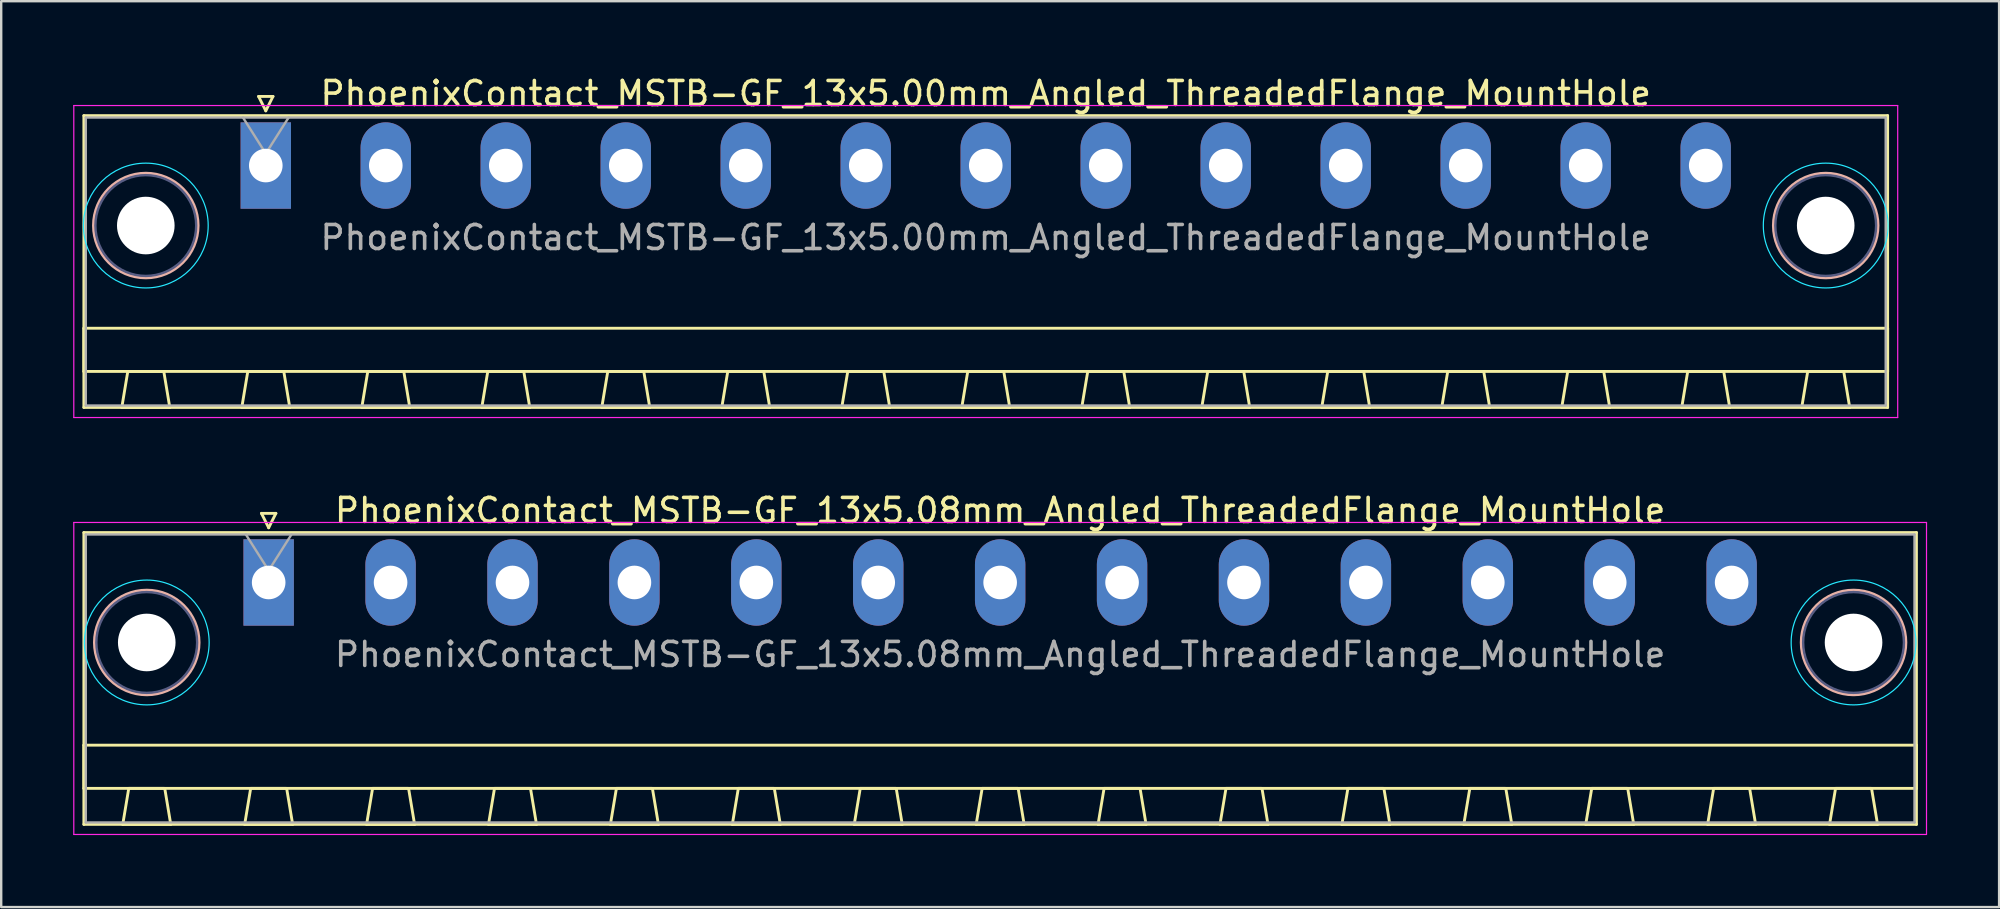
<source format=kicad_pcb>
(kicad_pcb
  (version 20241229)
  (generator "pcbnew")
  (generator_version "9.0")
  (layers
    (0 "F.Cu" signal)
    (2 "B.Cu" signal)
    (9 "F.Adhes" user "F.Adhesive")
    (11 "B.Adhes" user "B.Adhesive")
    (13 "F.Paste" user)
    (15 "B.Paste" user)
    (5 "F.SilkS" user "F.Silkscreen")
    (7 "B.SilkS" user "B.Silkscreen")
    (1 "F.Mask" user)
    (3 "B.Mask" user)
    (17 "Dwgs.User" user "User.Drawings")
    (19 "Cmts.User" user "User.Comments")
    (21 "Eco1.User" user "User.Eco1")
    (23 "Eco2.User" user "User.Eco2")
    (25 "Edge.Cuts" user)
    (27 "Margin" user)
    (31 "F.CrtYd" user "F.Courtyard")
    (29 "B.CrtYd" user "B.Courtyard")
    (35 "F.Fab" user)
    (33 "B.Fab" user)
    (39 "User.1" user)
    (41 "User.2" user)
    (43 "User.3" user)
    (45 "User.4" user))
  (footprint "PhoenixContact_MSTB-GF_13x5.00mm_Angled_ThreadedFlange_MountHole"
    (layer "F.Cu")
    (at 8.025 3.848)
    (property "Reference" "PhoenixContact_MSTB-GF_13x5.00mm_Angled_ThreadedFlange_MountHole" (at 30 -3 0) (layer "F.SilkS") (effects (font (size 1 1) (thickness 0.15))))
    (attr through_hole)
    (fp_line (start -7.58 -2.08) (end -7.58 10.08) (stroke (width 0.12) (type solid)) (layer "F.SilkS"))
    (fp_line (start -7.58 6.78) (end 67.58 6.78) (stroke (width 0.12) (type solid)) (layer "F.SilkS"))
    (fp_line (start -7.58 8.58) (end -7.58 6.78) (stroke (width 0.12) (type solid)) (layer "F.SilkS"))
    (fp_line (start -7.58 10.08) (end 67.58 10.08) (stroke (width 0.12) (type solid)) (layer "F.SilkS"))
    (fp_line (start -6 10.08) (end -4 10.08) (stroke (width 0.12) (type solid)) (layer "F.SilkS"))
    (fp_line (start -5.75 8.58) (end -6 10.08) (stroke (width 0.12) (type solid)) (layer "F.SilkS"))
    (fp_line (start -4.25 8.58) (end -5.75 8.58) (stroke (width 0.12) (type solid)) (layer "F.SilkS"))
    (fp_line (start -4 10.08) (end -4.25 8.58) (stroke (width 0.12) (type solid)) (layer "F.SilkS"))
    (fp_line (start -1 10.08) (end 1 10.08) (stroke (width 0.12) (type solid)) (layer "F.SilkS"))
    (fp_line (start -0.75 8.58) (end -1 10.08) (stroke (width 0.12) (type solid)) (layer "F.SilkS"))
    (fp_line (start -0.3 -2.88) (end 0.3 -2.88) (stroke (width 0.12) (type solid)) (layer "F.SilkS"))
    (fp_line (start 0 -2.28) (end -0.3 -2.88) (stroke (width 0.12) (type solid)) (layer "F.SilkS"))
    (fp_line (start 0.3 -2.88) (end 0 -2.28) (stroke (width 0.12) (type solid)) (layer "F.SilkS"))
    (fp_line (start 0.75 8.58) (end -0.75 8.58) (stroke (width 0.12) (type solid)) (layer "F.SilkS"))
    (fp_line (start 1 10.08) (end 0.75 8.58) (stroke (width 0.12) (type solid)) (layer "F.SilkS"))
    (fp_line (start 4 10.08) (end 6 10.08) (stroke (width 0.12) (type solid)) (layer "F.SilkS"))
    (fp_line (start 4.25 8.58) (end 4 10.08) (stroke (width 0.12) (type solid)) (layer "F.SilkS"))
    (fp_line (start 5.75 8.58) (end 4.25 8.58) (stroke (width 0.12) (type solid)) (layer "F.SilkS"))
    (fp_line (start 6 10.08) (end 5.75 8.58) (stroke (width 0.12) (type solid)) (layer "F.SilkS"))
    (fp_line (start 9 10.08) (end 11 10.08) (stroke (width 0.12) (type solid)) (layer "F.SilkS"))
    (fp_line (start 9.25 8.58) (end 9 10.08) (stroke (width 0.12) (type solid)) (layer "F.SilkS"))
    (fp_line (start 10.75 8.58) (end 9.25 8.58) (stroke (width 0.12) (type solid)) (layer "F.SilkS"))
    (fp_line (start 11 10.08) (end 10.75 8.58) (stroke (width 0.12) (type solid)) (layer "F.SilkS"))
    (fp_line (start 14 10.08) (end 16 10.08) (stroke (width 0.12) (type solid)) (layer "F.SilkS"))
    (fp_line (start 14.25 8.58) (end 14 10.08) (stroke (width 0.12) (type solid)) (layer "F.SilkS"))
    (fp_line (start 15.75 8.58) (end 14.25 8.58) (stroke (width 0.12) (type solid)) (layer "F.SilkS"))
    (fp_line (start 16 10.08) (end 15.75 8.58) (stroke (width 0.12) (type solid)) (layer "F.SilkS"))
    (fp_line (start 19 10.08) (end 21 10.08) (stroke (width 0.12) (type solid)) (layer "F.SilkS"))
    (fp_line (start 19.25 8.58) (end 19 10.08) (stroke (width 0.12) (type solid)) (layer "F.SilkS"))
    (fp_line (start 20.75 8.58) (end 19.25 8.58) (stroke (width 0.12) (type solid)) (layer "F.SilkS"))
    (fp_line (start 21 10.08) (end 20.75 8.58) (stroke (width 0.12) (type solid)) (layer "F.SilkS"))
    (fp_line (start 24 10.08) (end 26 10.08) (stroke (width 0.12) (type solid)) (layer "F.SilkS"))
    (fp_line (start 24.25 8.58) (end 24 10.08) (stroke (width 0.12) (type solid)) (layer "F.SilkS"))
    (fp_line (start 25.75 8.58) (end 24.25 8.58) (stroke (width 0.12) (type solid)) (layer "F.SilkS"))
    (fp_line (start 26 10.08) (end 25.75 8.58) (stroke (width 0.12) (type solid)) (layer "F.SilkS"))
    (fp_line (start 29 10.08) (end 31 10.08) (stroke (width 0.12) (type solid)) (layer "F.SilkS"))
    (fp_line (start 29.25 8.58) (end 29 10.08) (stroke (width 0.12) (type solid)) (layer "F.SilkS"))
    (fp_line (start 30.75 8.58) (end 29.25 8.58) (stroke (width 0.12) (type solid)) (layer "F.SilkS"))
    (fp_line (start 31 10.08) (end 30.75 8.58) (stroke (width 0.12) (type solid)) (layer "F.SilkS"))
    (fp_line (start 34 10.08) (end 36 10.08) (stroke (width 0.12) (type solid)) (layer "F.SilkS"))
    (fp_line (start 34.25 8.58) (end 34 10.08) (stroke (width 0.12) (type solid)) (layer "F.SilkS"))
    (fp_line (start 35.75 8.58) (end 34.25 8.58) (stroke (width 0.12) (type solid)) (layer "F.SilkS"))
    (fp_line (start 36 10.08) (end 35.75 8.58) (stroke (width 0.12) (type solid)) (layer "F.SilkS"))
    (fp_line (start 39 10.08) (end 41 10.08) (stroke (width 0.12) (type solid)) (layer "F.SilkS"))
    (fp_line (start 39.25 8.58) (end 39 10.08) (stroke (width 0.12) (type solid)) (layer "F.SilkS"))
    (fp_line (start 40.75 8.58) (end 39.25 8.58) (stroke (width 0.12) (type solid)) (layer "F.SilkS"))
    (fp_line (start 41 10.08) (end 40.75 8.58) (stroke (width 0.12) (type solid)) (layer "F.SilkS"))
    (fp_line (start 44 10.08) (end 46 10.08) (stroke (width 0.12) (type solid)) (layer "F.SilkS"))
    (fp_line (start 44.25 8.58) (end 44 10.08) (stroke (width 0.12) (type solid)) (layer "F.SilkS"))
    (fp_line (start 45.75 8.58) (end 44.25 8.58) (stroke (width 0.12) (type solid)) (layer "F.SilkS"))
    (fp_line (start 46 10.08) (end 45.75 8.58) (stroke (width 0.12) (type solid)) (layer "F.SilkS"))
    (fp_line (start 49 10.08) (end 51 10.08) (stroke (width 0.12) (type solid)) (layer "F.SilkS"))
    (fp_line (start 49.25 8.58) (end 49 10.08) (stroke (width 0.12) (type solid)) (layer "F.SilkS"))
    (fp_line (start 50.75 8.58) (end 49.25 8.58) (stroke (width 0.12) (type solid)) (layer "F.SilkS"))
    (fp_line (start 51 10.08) (end 50.75 8.58) (stroke (width 0.12) (type solid)) (layer "F.SilkS"))
    (fp_line (start 54 10.08) (end 56 10.08) (stroke (width 0.12) (type solid)) (layer "F.SilkS"))
    (fp_line (start 54.25 8.58) (end 54 10.08) (stroke (width 0.12) (type solid)) (layer "F.SilkS"))
    (fp_line (start 55.75 8.58) (end 54.25 8.58) (stroke (width 0.12) (type solid)) (layer "F.SilkS"))
    (fp_line (start 56 10.08) (end 55.75 8.58) (stroke (width 0.12) (type solid)) (layer "F.SilkS"))
    (fp_line (start 59 10.08) (end 61 10.08) (stroke (width 0.12) (type solid)) (layer "F.SilkS"))
    (fp_line (start 59.25 8.58) (end 59 10.08) (stroke (width 0.12) (type solid)) (layer "F.SilkS"))
    (fp_line (start 60.75 8.58) (end 59.25 8.58) (stroke (width 0.12) (type solid)) (layer "F.SilkS"))
    (fp_line (start 61 10.08) (end 60.75 8.58) (stroke (width 0.12) (type solid)) (layer "F.SilkS"))
    (fp_line (start 64 10.08) (end 66 10.08) (stroke (width 0.12) (type solid)) (layer "F.SilkS"))
    (fp_line (start 64.25 8.58) (end 64 10.08) (stroke (width 0.12) (type solid)) (layer "F.SilkS"))
    (fp_line (start 65.75 8.58) (end 64.25 8.58) (stroke (width 0.12) (type solid)) (layer "F.SilkS"))
    (fp_line (start 66 10.08) (end 65.75 8.58) (stroke (width 0.12) (type solid)) (layer "F.SilkS"))
    (fp_line (start 67.58 -2.08) (end -7.58 -2.08) (stroke (width 0.12) (type solid)) (layer "F.SilkS"))
    (fp_line (start 67.58 6.78) (end 67.58 8.58) (stroke (width 0.12) (type solid)) (layer "F.SilkS"))
    (fp_line (start 67.58 8.58) (end -7.58 8.58) (stroke (width 0.12) (type solid)) (layer "F.SilkS"))
    (fp_line (start 67.58 10.08) (end 67.58 -2.08) (stroke (width 0.12) (type solid)) (layer "F.SilkS"))
    (fp_circle (center -5 2.5) (end -2.82 2.5) (stroke (width 0.12) (type solid)) (fill no) (layer "B.SilkS"))
    (fp_circle (center 65 2.5) (end 67.18 2.5) (stroke (width 0.12) (type solid)) (fill no) (layer "B.SilkS"))
    (fp_circle (center -5 2.5) (end -2.4 2.5) (stroke (width 0.05) (type solid)) (fill no) (layer "B.CrtYd"))
    (fp_circle (center 65 2.5) (end 67.6 2.5) (stroke (width 0.05) (type solid)) (fill no) (layer "B.CrtYd"))
    (fp_line (start -8 -2.5) (end -8 10.5) (stroke (width 0.05) (type solid)) (layer "F.CrtYd"))
    (fp_line (start -8 10.5) (end 68 10.5) (stroke (width 0.05) (type solid)) (layer "F.CrtYd"))
    (fp_line (start 68 -2.5) (end -8 -2.5) (stroke (width 0.05) (type solid)) (layer "F.CrtYd"))
    (fp_line (start 68 10.5) (end 68 -2.5) (stroke (width 0.05) (type solid)) (layer "F.CrtYd"))
    (fp_circle (center -5 2.5) (end -2.9 2.5) (stroke (width 0.1) (type solid)) (fill no) (layer "B.Fab"))
    (fp_circle (center 65 2.5) (end 67.1 2.5) (stroke (width 0.1) (type solid)) (fill no) (layer "B.Fab"))
    (fp_line (start -7.5 -2) (end -7.5 10) (stroke (width 0.1) (type solid)) (layer "F.Fab"))
    (fp_line (start -7.5 10) (end 67.5 10) (stroke (width 0.1) (type solid)) (layer "F.Fab"))
    (fp_line (start 0 -0.5) (end -0.95 -2) (stroke (width 0.1) (type solid)) (layer "F.Fab"))
    (fp_line (start 0.95 -2) (end 0 -0.5) (stroke (width 0.1) (type solid)) (layer "F.Fab"))
    (fp_line (start 67.5 -2) (end -7.5 -2) (stroke (width 0.1) (type solid)) (layer "F.Fab"))
    (fp_line (start 67.5 10) (end 67.5 -2) (stroke (width 0.1) (type solid)) (layer "F.Fab"))
    (fp_text user "${REFERENCE}" (at 30 3 0) (layer "F.Fab") (effects (font (size 1 1) (thickness 0.15))))
    (pad "" np_thru_hole circle (at -5 2.5) (size 2.4 2.4) (drill 2.4) (layers "*.Cu" "*.Mask"))
    (pad "" np_thru_hole circle (at 65 2.5) (size 2.4 2.4) (drill 2.4) (layers "*.Cu" "*.Mask"))
    (pad "1" thru_hole rect (at 0 0) (size 2.1 3.6) (drill 1.4) (layers "*.Cu" "*.Mask"))
    (pad "2" thru_hole oval (at 5 0) (size 2.1 3.6) (drill 1.4) (layers "*.Cu" "*.Mask"))
    (pad "3" thru_hole oval (at 10 0) (size 2.1 3.6) (drill 1.4) (layers "*.Cu" "*.Mask"))
    (pad "4" thru_hole oval (at 15 0) (size 2.1 3.6) (drill 1.4) (layers "*.Cu" "*.Mask"))
    (pad "5" thru_hole oval (at 20 0) (size 2.1 3.6) (drill 1.4) (layers "*.Cu" "*.Mask"))
    (pad "6" thru_hole oval (at 25 0) (size 2.1 3.6) (drill 1.4) (layers "*.Cu" "*.Mask"))
    (pad "7" thru_hole oval (at 30 0) (size 2.1 3.6) (drill 1.4) (layers "*.Cu" "*.Mask"))
    (pad "8" thru_hole oval (at 35 0) (size 2.1 3.6) (drill 1.4) (layers "*.Cu" "*.Mask"))
    (pad "9" thru_hole oval (at 40 0) (size 2.1 3.6) (drill 1.4) (layers "*.Cu" "*.Mask"))
    (pad "10" thru_hole oval (at 45 0) (size 2.1 3.6) (drill 1.4) (layers "*.Cu" "*.Mask"))
    (pad "11" thru_hole oval (at 50 0) (size 2.1 3.6) (drill 1.4) (layers "*.Cu" "*.Mask"))
    (pad "12" thru_hole oval (at 55 0) (size 2.1 3.6) (drill 1.4) (layers "*.Cu" "*.Mask"))
    (pad "13" thru_hole oval (at 60 0) (size 2.1 3.6) (drill 1.4) (layers "*.Cu" "*.Mask")))
  (footprint "PhoenixContact_MSTB-GF_13x5.08mm_Angled_ThreadedFlange_MountHole"
    (layer "F.Cu")
    (at 8.145 21.221)
    (property "Reference" "PhoenixContact_MSTB-GF_13x5.08mm_Angled_ThreadedFlange_MountHole" (at 30.48 -3 0) (layer "F.SilkS") (effects (font (size 1 1) (thickness 0.15))))
    (attr through_hole)
    (fp_line (start -7.7 -2.08) (end -7.7 10.08) (stroke (width 0.12) (type solid)) (layer "F.SilkS"))
    (fp_line (start -7.7 6.78) (end 68.66 6.78) (stroke (width 0.12) (type solid)) (layer "F.SilkS"))
    (fp_line (start -7.7 8.58) (end -7.7 6.78) (stroke (width 0.12) (type solid)) (layer "F.SilkS"))
    (fp_line (start -7.7 10.08) (end 68.66 10.08) (stroke (width 0.12) (type solid)) (layer "F.SilkS"))
    (fp_line (start -6.08 10.08) (end -4.08 10.08) (stroke (width 0.12) (type solid)) (layer "F.SilkS"))
    (fp_line (start -5.83 8.58) (end -6.08 10.08) (stroke (width 0.12) (type solid)) (layer "F.SilkS"))
    (fp_line (start -4.33 8.58) (end -5.83 8.58) (stroke (width 0.12) (type solid)) (layer "F.SilkS"))
    (fp_line (start -4.08 10.08) (end -4.33 8.58) (stroke (width 0.12) (type solid)) (layer "F.SilkS"))
    (fp_line (start -1 10.08) (end 1 10.08) (stroke (width 0.12) (type solid)) (layer "F.SilkS"))
    (fp_line (start -0.75 8.58) (end -1 10.08) (stroke (width 0.12) (type solid)) (layer "F.SilkS"))
    (fp_line (start -0.3 -2.88) (end 0.3 -2.88) (stroke (width 0.12) (type solid)) (layer "F.SilkS"))
    (fp_line (start 0 -2.28) (end -0.3 -2.88) (stroke (width 0.12) (type solid)) (layer "F.SilkS"))
    (fp_line (start 0.3 -2.88) (end 0 -2.28) (stroke (width 0.12) (type solid)) (layer "F.SilkS"))
    (fp_line (start 0.75 8.58) (end -0.75 8.58) (stroke (width 0.12) (type solid)) (layer "F.SilkS"))
    (fp_line (start 1 10.08) (end 0.75 8.58) (stroke (width 0.12) (type solid)) (layer "F.SilkS"))
    (fp_line (start 4.08 10.08) (end 6.08 10.08) (stroke (width 0.12) (type solid)) (layer "F.SilkS"))
    (fp_line (start 4.33 8.58) (end 4.08 10.08) (stroke (width 0.12) (type solid)) (layer "F.SilkS"))
    (fp_line (start 5.83 8.58) (end 4.33 8.58) (stroke (width 0.12) (type solid)) (layer "F.SilkS"))
    (fp_line (start 6.08 10.08) (end 5.83 8.58) (stroke (width 0.12) (type solid)) (layer "F.SilkS"))
    (fp_line (start 9.16 10.08) (end 11.16 10.08) (stroke (width 0.12) (type solid)) (layer "F.SilkS"))
    (fp_line (start 9.41 8.58) (end 9.16 10.08) (stroke (width 0.12) (type solid)) (layer "F.SilkS"))
    (fp_line (start 10.91 8.58) (end 9.41 8.58) (stroke (width 0.12) (type solid)) (layer "F.SilkS"))
    (fp_line (start 11.16 10.08) (end 10.91 8.58) (stroke (width 0.12) (type solid)) (layer "F.SilkS"))
    (fp_line (start 14.24 10.08) (end 16.24 10.08) (stroke (width 0.12) (type solid)) (layer "F.SilkS"))
    (fp_line (start 14.49 8.58) (end 14.24 10.08) (stroke (width 0.12) (type solid)) (layer "F.SilkS"))
    (fp_line (start 15.99 8.58) (end 14.49 8.58) (stroke (width 0.12) (type solid)) (layer "F.SilkS"))
    (fp_line (start 16.24 10.08) (end 15.99 8.58) (stroke (width 0.12) (type solid)) (layer "F.SilkS"))
    (fp_line (start 19.32 10.08) (end 21.32 10.08) (stroke (width 0.12) (type solid)) (layer "F.SilkS"))
    (fp_line (start 19.57 8.58) (end 19.32 10.08) (stroke (width 0.12) (type solid)) (layer "F.SilkS"))
    (fp_line (start 21.07 8.58) (end 19.57 8.58) (stroke (width 0.12) (type solid)) (layer "F.SilkS"))
    (fp_line (start 21.32 10.08) (end 21.07 8.58) (stroke (width 0.12) (type solid)) (layer "F.SilkS"))
    (fp_line (start 24.4 10.08) (end 26.4 10.08) (stroke (width 0.12) (type solid)) (layer "F.SilkS"))
    (fp_line (start 24.65 8.58) (end 24.4 10.08) (stroke (width 0.12) (type solid)) (layer "F.SilkS"))
    (fp_line (start 26.15 8.58) (end 24.65 8.58) (stroke (width 0.12) (type solid)) (layer "F.SilkS"))
    (fp_line (start 26.4 10.08) (end 26.15 8.58) (stroke (width 0.12) (type solid)) (layer "F.SilkS"))
    (fp_line (start 29.48 10.08) (end 31.48 10.08) (stroke (width 0.12) (type solid)) (layer "F.SilkS"))
    (fp_line (start 29.73 8.58) (end 29.48 10.08) (stroke (width 0.12) (type solid)) (layer "F.SilkS"))
    (fp_line (start 31.23 8.58) (end 29.73 8.58) (stroke (width 0.12) (type solid)) (layer "F.SilkS"))
    (fp_line (start 31.48 10.08) (end 31.23 8.58) (stroke (width 0.12) (type solid)) (layer "F.SilkS"))
    (fp_line (start 34.56 10.08) (end 36.56 10.08) (stroke (width 0.12) (type solid)) (layer "F.SilkS"))
    (fp_line (start 34.81 8.58) (end 34.56 10.08) (stroke (width 0.12) (type solid)) (layer "F.SilkS"))
    (fp_line (start 36.31 8.58) (end 34.81 8.58) (stroke (width 0.12) (type solid)) (layer "F.SilkS"))
    (fp_line (start 36.56 10.08) (end 36.31 8.58) (stroke (width 0.12) (type solid)) (layer "F.SilkS"))
    (fp_line (start 39.64 10.08) (end 41.64 10.08) (stroke (width 0.12) (type solid)) (layer "F.SilkS"))
    (fp_line (start 39.89 8.58) (end 39.64 10.08) (stroke (width 0.12) (type solid)) (layer "F.SilkS"))
    (fp_line (start 41.39 8.58) (end 39.89 8.58) (stroke (width 0.12) (type solid)) (layer "F.SilkS"))
    (fp_line (start 41.64 10.08) (end 41.39 8.58) (stroke (width 0.12) (type solid)) (layer "F.SilkS"))
    (fp_line (start 44.72 10.08) (end 46.72 10.08) (stroke (width 0.12) (type solid)) (layer "F.SilkS"))
    (fp_line (start 44.97 8.58) (end 44.72 10.08) (stroke (width 0.12) (type solid)) (layer "F.SilkS"))
    (fp_line (start 46.47 8.58) (end 44.97 8.58) (stroke (width 0.12) (type solid)) (layer "F.SilkS"))
    (fp_line (start 46.72 10.08) (end 46.47 8.58) (stroke (width 0.12) (type solid)) (layer "F.SilkS"))
    (fp_line (start 49.8 10.08) (end 51.8 10.08) (stroke (width 0.12) (type solid)) (layer "F.SilkS"))
    (fp_line (start 50.05 8.58) (end 49.8 10.08) (stroke (width 0.12) (type solid)) (layer "F.SilkS"))
    (fp_line (start 51.55 8.58) (end 50.05 8.58) (stroke (width 0.12) (type solid)) (layer "F.SilkS"))
    (fp_line (start 51.8 10.08) (end 51.55 8.58) (stroke (width 0.12) (type solid)) (layer "F.SilkS"))
    (fp_line (start 54.88 10.08) (end 56.88 10.08) (stroke (width 0.12) (type solid)) (layer "F.SilkS"))
    (fp_line (start 55.13 8.58) (end 54.88 10.08) (stroke (width 0.12) (type solid)) (layer "F.SilkS"))
    (fp_line (start 56.63 8.58) (end 55.13 8.58) (stroke (width 0.12) (type solid)) (layer "F.SilkS"))
    (fp_line (start 56.88 10.08) (end 56.63 8.58) (stroke (width 0.12) (type solid)) (layer "F.SilkS"))
    (fp_line (start 59.96 10.08) (end 61.96 10.08) (stroke (width 0.12) (type solid)) (layer "F.SilkS"))
    (fp_line (start 60.21 8.58) (end 59.96 10.08) (stroke (width 0.12) (type solid)) (layer "F.SilkS"))
    (fp_line (start 61.71 8.58) (end 60.21 8.58) (stroke (width 0.12) (type solid)) (layer "F.SilkS"))
    (fp_line (start 61.96 10.08) (end 61.71 8.58) (stroke (width 0.12) (type solid)) (layer "F.SilkS"))
    (fp_line (start 65.04 10.08) (end 67.04 10.08) (stroke (width 0.12) (type solid)) (layer "F.SilkS"))
    (fp_line (start 65.29 8.58) (end 65.04 10.08) (stroke (width 0.12) (type solid)) (layer "F.SilkS"))
    (fp_line (start 66.79 8.58) (end 65.29 8.58) (stroke (width 0.12) (type solid)) (layer "F.SilkS"))
    (fp_line (start 67.04 10.08) (end 66.79 8.58) (stroke (width 0.12) (type solid)) (layer "F.SilkS"))
    (fp_line (start 68.66 -2.08) (end -7.7 -2.08) (stroke (width 0.12) (type solid)) (layer "F.SilkS"))
    (fp_line (start 68.66 6.78) (end 68.66 8.58) (stroke (width 0.12) (type solid)) (layer "F.SilkS"))
    (fp_line (start 68.66 8.58) (end -7.7 8.58) (stroke (width 0.12) (type solid)) (layer "F.SilkS"))
    (fp_line (start 68.66 10.08) (end 68.66 -2.08) (stroke (width 0.12) (type solid)) (layer "F.SilkS"))
    (fp_circle (center -5.08 2.5) (end -2.9 2.5) (stroke (width 0.12) (type solid)) (fill no) (layer "B.SilkS"))
    (fp_circle (center 66.04 2.5) (end 68.22 2.5) (stroke (width 0.12) (type solid)) (fill no) (layer "B.SilkS"))
    (fp_circle (center -5.08 2.5) (end -2.48 2.5) (stroke (width 0.05) (type solid)) (fill no) (layer "B.CrtYd"))
    (fp_circle (center 66.04 2.5) (end 68.64 2.5) (stroke (width 0.05) (type solid)) (fill no) (layer "B.CrtYd"))
    (fp_line (start -8.12 -2.5) (end -8.12 10.5) (stroke (width 0.05) (type solid)) (layer "F.CrtYd"))
    (fp_line (start -8.12 10.5) (end 69.08 10.5) (stroke (width 0.05) (type solid)) (layer "F.CrtYd"))
    (fp_line (start 69.08 -2.5) (end -8.12 -2.5) (stroke (width 0.05) (type solid)) (layer "F.CrtYd"))
    (fp_line (start 69.08 10.5) (end 69.08 -2.5) (stroke (width 0.05) (type solid)) (layer "F.CrtYd"))
    (fp_circle (center -5.08 2.5) (end -2.98 2.5) (stroke (width 0.1) (type solid)) (fill no) (layer "B.Fab"))
    (fp_circle (center 66.04 2.5) (end 68.14 2.5) (stroke (width 0.1) (type solid)) (fill no) (layer "B.Fab"))
    (fp_line (start -7.62 -2) (end -7.62 10) (stroke (width 0.1) (type solid)) (layer "F.Fab"))
    (fp_line (start -7.62 10) (end 68.58 10) (stroke (width 0.1) (type solid)) (layer "F.Fab"))
    (fp_line (start 0 -0.5) (end -0.95 -2) (stroke (width 0.1) (type solid)) (layer "F.Fab"))
    (fp_line (start 0.95 -2) (end 0 -0.5) (stroke (width 0.1) (type solid)) (layer "F.Fab"))
    (fp_line (start 68.58 -2) (end -7.62 -2) (stroke (width 0.1) (type solid)) (layer "F.Fab"))
    (fp_line (start 68.58 10) (end 68.58 -2) (stroke (width 0.1) (type solid)) (layer "F.Fab"))
    (fp_text user "${REFERENCE}" (at 30.48 3 0) (layer "F.Fab") (effects (font (size 1 1) (thickness 0.15))))
    (pad "" np_thru_hole circle (at -5.08 2.5) (size 2.4 2.4) (drill 2.4) (layers "*.Cu" "*.Mask"))
    (pad "" np_thru_hole circle (at 66.04 2.5) (size 2.4 2.4) (drill 2.4) (layers "*.Cu" "*.Mask"))
    (pad "1" thru_hole rect (at 0 0) (size 2.1 3.6) (drill 1.4) (layers "*.Cu" "*.Mask"))
    (pad "2" thru_hole oval (at 5.08 0) (size 2.1 3.6) (drill 1.4) (layers "*.Cu" "*.Mask"))
    (pad "3" thru_hole oval (at 10.16 0) (size 2.1 3.6) (drill 1.4) (layers "*.Cu" "*.Mask"))
    (pad "4" thru_hole oval (at 15.24 0) (size 2.1 3.6) (drill 1.4) (layers "*.Cu" "*.Mask"))
    (pad "5" thru_hole oval (at 20.32 0) (size 2.1 3.6) (drill 1.4) (layers "*.Cu" "*.Mask"))
    (pad "6" thru_hole oval (at 25.4 0) (size 2.1 3.6) (drill 1.4) (layers "*.Cu" "*.Mask"))
    (pad "7" thru_hole oval (at 30.48 0) (size 2.1 3.6) (drill 1.4) (layers "*.Cu" "*.Mask"))
    (pad "8" thru_hole oval (at 35.56 0) (size 2.1 3.6) (drill 1.4) (layers "*.Cu" "*.Mask"))
    (pad "9" thru_hole oval (at 40.64 0) (size 2.1 3.6) (drill 1.4) (layers "*.Cu" "*.Mask"))
    (pad "10" thru_hole oval (at 45.72 0) (size 2.1 3.6) (drill 1.4) (layers "*.Cu" "*.Mask"))
    (pad "11" thru_hole oval (at 50.8 0) (size 2.1 3.6) (drill 1.4) (layers "*.Cu" "*.Mask"))
    (pad "12" thru_hole oval (at 55.88 0) (size 2.1 3.6) (drill 1.4) (layers "*.Cu" "*.Mask"))
    (pad "13" thru_hole oval (at 60.96 0) (size 2.1 3.6) (drill 1.4) (layers "*.Cu" "*.Mask")))
  (gr_rect
    (start -3 -3)
    (end 80.25 34.746)
    (stroke (width 0.1) (type default))
    (fill no)
    (layer "Edge.Cuts")))
</source>
